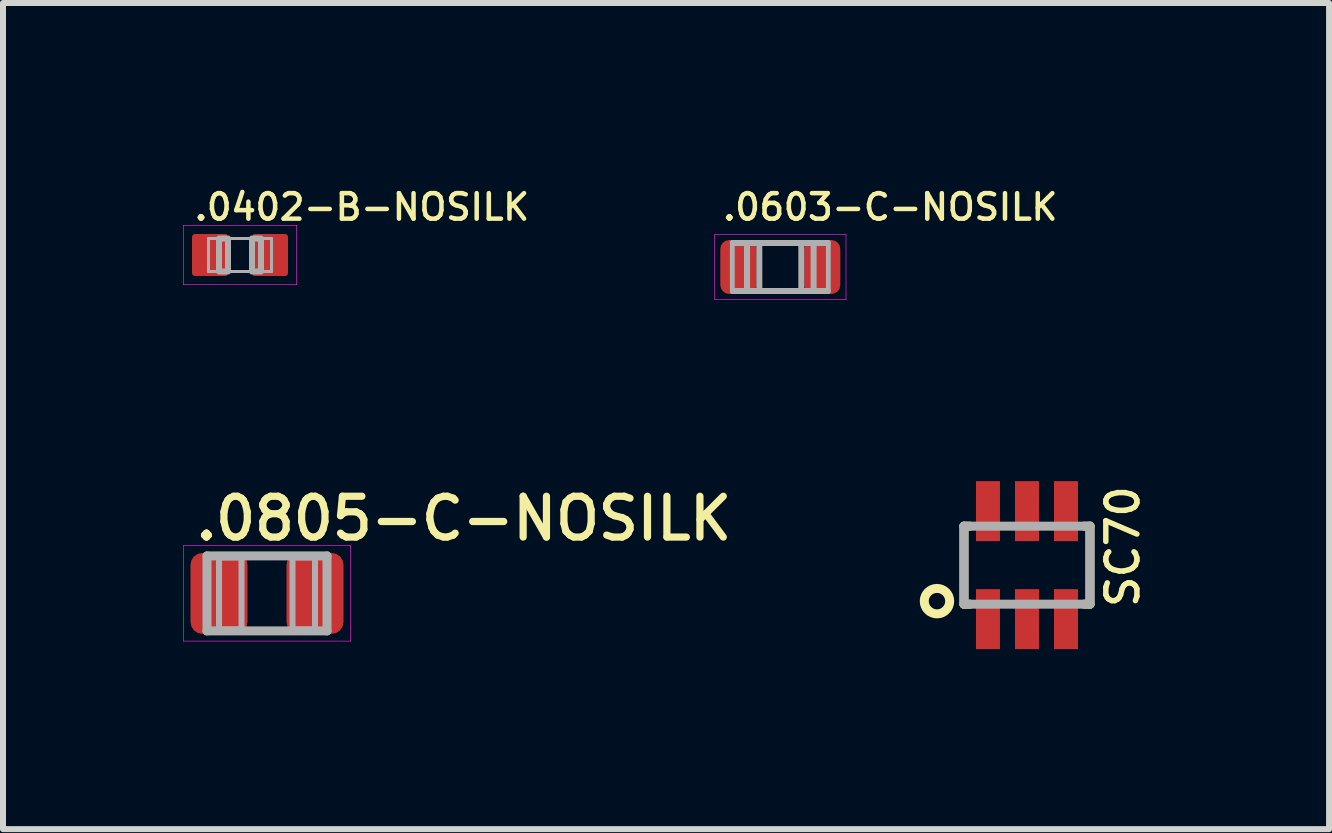
<source format=kicad_pcb>
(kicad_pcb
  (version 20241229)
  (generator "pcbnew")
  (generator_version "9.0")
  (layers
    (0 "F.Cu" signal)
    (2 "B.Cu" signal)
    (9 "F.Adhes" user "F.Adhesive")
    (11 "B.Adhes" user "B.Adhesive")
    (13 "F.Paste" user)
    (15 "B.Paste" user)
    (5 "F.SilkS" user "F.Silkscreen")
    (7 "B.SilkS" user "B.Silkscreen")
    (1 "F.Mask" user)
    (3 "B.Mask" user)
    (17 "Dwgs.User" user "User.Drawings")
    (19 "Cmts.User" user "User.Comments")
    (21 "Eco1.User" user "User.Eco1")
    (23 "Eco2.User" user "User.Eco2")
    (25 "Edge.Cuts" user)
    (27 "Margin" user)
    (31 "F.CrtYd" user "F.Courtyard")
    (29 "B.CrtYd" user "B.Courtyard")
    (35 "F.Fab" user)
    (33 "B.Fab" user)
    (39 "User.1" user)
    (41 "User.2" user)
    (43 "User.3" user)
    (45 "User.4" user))
  (footprint ".0805-C-NOSILK"
    (layer "F.Cu")
    (at 1.4 6.84)
    (property "Reference" ".0805-C-NOSILK" (at -1.25 -0.85 0) (unlocked yes) (layer "F.SilkS") (effects (font (size 0.68 0.68) (thickness 0.12)) (justify left bottom)))
    (fp_poly (pts (xy -0.26 0.74) (xy -1.34 0.74) (xy -1.34 -0.74) (xy -0.26 -0.74)) (stroke (width 0) (type default)) (fill yes) (layer "F.Mask"))
    (fp_poly (pts (xy 1.34 0.74) (xy 0.26 0.74) (xy 0.26 -0.74) (xy 1.34 -0.74)) (stroke (width 0) (type default)) (fill yes) (layer "F.Mask"))
    (fp_line (start -1.395 -0.795) (end -1.395 0.795) (stroke (width 0.01) (type solid)) (layer "F.CrtYd"))
    (fp_line (start -1.395 0.795) (end 1.395 0.795) (stroke (width 0.01) (type solid)) (layer "F.CrtYd"))
    (fp_line (start 1.395 -0.795) (end -1.395 -0.795) (stroke (width 0.01) (type solid)) (layer "F.CrtYd"))
    (fp_line (start 1.395 0.795) (end 1.395 -0.795) (stroke (width 0.01) (type solid)) (layer "F.CrtYd"))
    (fp_line (start -1 -0.625) (end 1 -0.625) (stroke (width 0.15) (type solid)) (layer "F.Fab"))
    (fp_line (start -1 0.625) (end -1 -0.625) (stroke (width 0.15) (type solid)) (layer "F.Fab"))
    (fp_line (start 1 -0.625) (end 1 0.625) (stroke (width 0.15) (type solid)) (layer "F.Fab"))
    (fp_line (start 1 0.625) (end -1 0.625) (stroke (width 0.15) (type solid)) (layer "F.Fab"))
    (fp_poly (pts (xy -0.8 0.6) (xy -0.425 0.6) (xy -0.425 -0.6) (xy -0.8 -0.6)) (stroke (width 0.1) (type default)) (fill no) (layer "F.Fab"))
    (fp_poly (pts (xy 0.425 0.6) (xy 0.8 0.6) (xy 0.8 -0.6) (xy 0.425 -0.6)) (stroke (width 0.1) (type default)) (fill no) (layer "F.Fab"))
    (pad "1" smd roundrect (at -0.8 0) (size 0.95 1.35) (layers "F.Cu" "F.Paste") (roundrect_rratio 0.21))
    (pad "2" smd roundrect (at 0.8 0) (size 0.95 1.35) (layers "F.Cu" "F.Paste") (roundrect_rratio 0.21)))
  (footprint ".0402-B-NOSILK"
    (layer "F.Cu")
    (at 0.95 1.2)
    (property "Reference" ".0402-B-NOSILK" (at -0.8 -0.55 0) (unlocked yes) (layer "F.SilkS") (effects (font (size 0.425 0.425) (thickness 0.075)) (justify left bottom)))
    (fp_poly (pts (xy -0.86 0.41) (xy -0.14 0.41) (xy -0.14 -0.41) (xy -0.86 -0.41)) (stroke (width 0) (type default)) (fill yes) (layer "F.Mask"))
    (fp_poly (pts (xy 0.14 0.41) (xy 0.86 0.41) (xy 0.86 -0.41) (xy 0.14 -0.41)) (stroke (width 0) (type default)) (fill yes) (layer "F.Mask"))
    (fp_line (start -0.945 -0.495) (end -0.945 0.495) (stroke (width 0.01) (type solid)) (layer "F.CrtYd"))
    (fp_line (start -0.945 0.495) (end 0.945 0.495) (stroke (width 0.01) (type solid)) (layer "F.CrtYd"))
    (fp_line (start 0.945 -0.495) (end -0.945 -0.495) (stroke (width 0.01) (type solid)) (layer "F.CrtYd"))
    (fp_line (start 0.945 0.495) (end 0.945 -0.495) (stroke (width 0.01) (type solid)) (layer "F.CrtYd"))
    (fp_line (start -0.525 -0.275) (end 0.525 -0.275) (stroke (width 0.05) (type solid)) (layer "F.Fab"))
    (fp_line (start -0.525 0.275) (end -0.525 -0.275) (stroke (width 0.05) (type solid)) (layer "F.Fab"))
    (fp_line (start 0.525 -0.275) (end 0.525 0.275) (stroke (width 0.05) (type solid)) (layer "F.Fab"))
    (fp_line (start 0.525 0.275) (end -0.525 0.275) (stroke (width 0.05) (type solid)) (layer "F.Fab"))
    (fp_poly (pts (xy -0.35 0.275) (xy -0.2 0.275) (xy -0.2 -0.275) (xy -0.35 -0.275)) (stroke (width 0.1) (type default)) (fill no) (layer "F.Fab"))
    (fp_poly (pts (xy 0.2 0.275) (xy 0.35 0.275) (xy 0.35 -0.275) (xy 0.2 -0.275)) (stroke (width 0.1) (type default)) (fill no) (layer "F.Fab"))
    (pad "1" smd roundrect (at -0.5 0) (size 0.6 0.7) (layers "F.Cu" "F.Paste") (roundrect_rratio 0.085))
    (pad "2" smd roundrect (at 0.5 0) (size 0.6 0.7) (layers "F.Cu" "F.Paste") (roundrect_rratio 0.085)))
  (footprint "SC70"
    (layer "F.Cu")
    (at 14.066 6.369)
    (property "Reference" "SC70" (at 1.9 0.75 90) (unlocked yes) (layer "F.SilkS") (effects (font (size 0.518 0.518) (thickness 0.091)) (justify left bottom)))
    (fp_line (start -1.05 -0.65) (end -1.05 0.65) (stroke (width 0.15) (type solid)) (layer "F.SilkS"))
    (fp_line (start -1.05 0.65) (end -0.95 0.65) (stroke (width 0.15) (type solid)) (layer "F.SilkS"))
    (fp_line (start -0.95 -0.65) (end -1.05 -0.65) (stroke (width 0.15) (type solid)) (layer "F.SilkS"))
    (fp_line (start 0.95 -0.65) (end 1.05 -0.65) (stroke (width 0.15) (type solid)) (layer "F.SilkS"))
    (fp_line (start 1.05 -0.65) (end 1.05 0.65) (stroke (width 0.15) (type solid)) (layer "F.SilkS"))
    (fp_line (start 1.05 0.65) (end 0.95 0.65) (stroke (width 0.15) (type solid)) (layer "F.SilkS"))
    (fp_circle (center -1.5 0.6) (end -1.288 0.6) (stroke (width 0.15) (type solid)) (fill no) (layer "F.SilkS"))
    (fp_poly (pts (xy -0.8 -0.65) (xy -0.5 -0.65) (xy -0.5 -1.35) (xy -0.8 -1.35)) (stroke (width 0) (type default)) (fill yes) (layer "F.Paste"))
    (fp_poly (pts (xy -0.5 0.65) (xy -0.8 0.65) (xy -0.8 1.35) (xy -0.5 1.35)) (stroke (width 0) (type default)) (fill yes) (layer "F.Paste"))
    (fp_poly (pts (xy -0.15 -0.65) (xy 0.15 -0.65) (xy 0.15 -1.35) (xy -0.15 -1.35)) (stroke (width 0) (type default)) (fill yes) (layer "F.Paste"))
    (fp_poly (pts (xy 0.15 0.65) (xy -0.15 0.65) (xy -0.15 1.35) (xy 0.15 1.35)) (stroke (width 0) (type default)) (fill yes) (layer "F.Paste"))
    (fp_poly (pts (xy 0.5 -0.65) (xy 0.8 -0.65) (xy 0.8 -1.35) (xy 0.5 -1.35)) (stroke (width 0) (type default)) (fill yes) (layer "F.Paste"))
    (fp_poly (pts (xy 0.8 0.65) (xy 0.5 0.65) (xy 0.5 1.35) (xy 0.8 1.35)) (stroke (width 0) (type default)) (fill yes) (layer "F.Paste"))
    (fp_line (start -1.05 -0.65) (end -1.05 0.65) (stroke (width 0.15) (type solid)) (layer "F.Fab"))
    (fp_line (start -1.05 0.65) (end 1.05 0.65) (stroke (width 0.15) (type solid)) (layer "F.Fab"))
    (fp_line (start 1.05 -0.65) (end -1.05 -0.65) (stroke (width 0.15) (type solid)) (layer "F.Fab"))
    (fp_line (start 1.05 0.65) (end 1.05 -0.65) (stroke (width 0.15) (type solid)) (layer "F.Fab"))
    (pad "1" smd rect (at -0.65 0.9 180) (size 0.4 1) (layers "F.Cu" "F.Mask"))
    (pad "2" smd rect (at 0 0.9 180) (size 0.4 1) (layers "F.Cu" "F.Mask"))
    (pad "3" smd rect (at 0.65 0.9 180) (size 0.4 1) (layers "F.Cu" "F.Mask"))
    (pad "4" smd rect (at 0.65 -0.9) (size 0.4 1) (layers "F.Cu" "F.Mask"))
    (pad "5" smd rect (at 0 -0.9) (size 0.4 1) (layers "F.Cu" "F.Mask"))
    (pad "6" smd rect (at -0.65 -0.9) (size 0.4 1) (layers "F.Cu" "F.Mask")))
  (footprint ".0603-C-NOSILK"
    (layer "F.Cu")
    (at 9.955 1.4)
    (property "Reference" ".0603-C-NOSILK" (at -1 -0.75 0) (unlocked yes) (layer "F.SilkS") (effects (font (size 0.425 0.425) (thickness 0.075)) (justify left bottom)))
    (fp_line (start -0.845 -0.295) (end -0.845 0.295) (stroke (width 0.43) (type solid)) (layer "F.Mask"))
    (fp_line (start -0.555 -0.295) (end -0.845 -0.295) (stroke (width 0.43) (type solid)) (layer "F.Mask"))
    (fp_line (start -0.555 -0.295) (end -0.555 0.295) (stroke (width 0.43) (type solid)) (layer "F.Mask"))
    (fp_line (start -0.555 0.295) (end -0.845 0.295) (stroke (width 0.43) (type solid)) (layer "F.Mask"))
    (fp_line (start 0.555 -0.295) (end 0.555 0.295) (stroke (width 0.43) (type solid)) (layer "F.Mask"))
    (fp_line (start 0.845 -0.295) (end 0.555 -0.295) (stroke (width 0.43) (type solid)) (layer "F.Mask"))
    (fp_line (start 0.845 -0.295) (end 0.845 0.295) (stroke (width 0.43) (type solid)) (layer "F.Mask"))
    (fp_line (start 0.845 0.295) (end 0.555 0.295) (stroke (width 0.43) (type solid)) (layer "F.Mask"))
    (fp_line (start -1.095 -0.545) (end -1.095 0.545) (stroke (width 0.01) (type solid)) (layer "F.CrtYd"))
    (fp_line (start -1.095 0.545) (end 1.095 0.545) (stroke (width 0.01) (type solid)) (layer "F.CrtYd"))
    (fp_line (start 1.095 -0.545) (end -1.095 -0.545) (stroke (width 0.01) (type solid)) (layer "F.CrtYd"))
    (fp_line (start 1.095 0.545) (end 1.095 -0.545) (stroke (width 0.01) (type solid)) (layer "F.CrtYd"))
    (fp_line (start -0.8 0.41) (end -0.8 -0.41) (stroke (width 0.08) (type solid)) (layer "F.Fab"))
    (fp_line (start -0.79 -0.4) (end 0.79 -0.4) (stroke (width 0.1) (type solid)) (layer "F.Fab"))
    (fp_line (start 0.79 0.4) (end -0.79 0.4) (stroke (width 0.1) (type solid)) (layer "F.Fab"))
    (fp_line (start 0.8 -0.41) (end 0.8 0.41) (stroke (width 0.08) (type solid)) (layer "F.Fab"))
    (fp_poly (pts (xy -0.555 0.4) (xy -0.35 0.4) (xy -0.35 -0.4) (xy -0.555 -0.4)) (stroke (width 0.1) (type default)) (fill no) (layer "F.Fab"))
    (fp_poly (pts (xy 0.35 0.4) (xy 0.555 0.4) (xy 0.555 -0.4) (xy 0.35 -0.4)) (stroke (width 0.1) (type default)) (fill no) (layer "F.Fab"))
    (pad "1" smd roundrect (at -0.7 0) (size 0.6 0.9) (layers "F.Cu" "F.Paste") (roundrect_rratio 0.25))
    (pad "2" smd roundrect (at 0.7 0) (size 0.6 0.9) (layers "F.Cu" "F.Paste") (roundrect_rratio 0.25)))
  (gr_rect
    (start -3 -3)
    (end 19.101 10.769)
    (stroke (width 0.1) (type default))
    (fill no)
    (layer "Edge.Cuts")))
</source>
